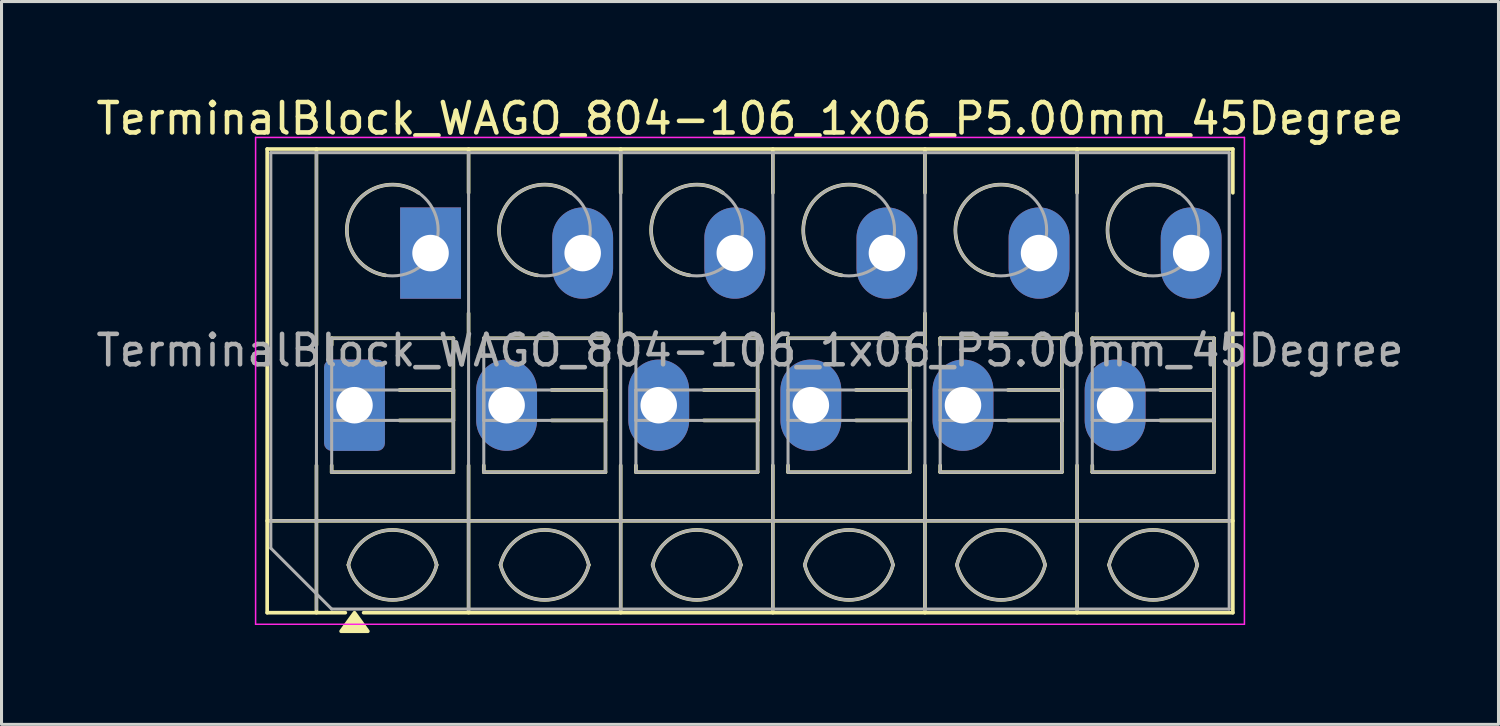
<source format=kicad_pcb>
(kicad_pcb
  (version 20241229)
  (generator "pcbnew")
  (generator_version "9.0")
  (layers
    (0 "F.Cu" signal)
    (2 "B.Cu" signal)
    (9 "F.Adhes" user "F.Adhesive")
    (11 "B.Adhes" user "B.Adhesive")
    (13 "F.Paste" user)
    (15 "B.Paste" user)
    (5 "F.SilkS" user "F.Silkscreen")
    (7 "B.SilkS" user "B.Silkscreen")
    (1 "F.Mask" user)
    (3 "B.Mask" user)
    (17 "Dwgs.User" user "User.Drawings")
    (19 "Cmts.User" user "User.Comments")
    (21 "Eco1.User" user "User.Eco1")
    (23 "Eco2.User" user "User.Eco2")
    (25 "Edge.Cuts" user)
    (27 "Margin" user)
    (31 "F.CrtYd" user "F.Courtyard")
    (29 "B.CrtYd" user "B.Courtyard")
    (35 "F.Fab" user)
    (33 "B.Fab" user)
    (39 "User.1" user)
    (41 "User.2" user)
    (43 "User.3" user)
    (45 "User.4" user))
  (footprint "TerminalBlock_WAGO_804-106_1x06_P5.00mm_45Degree"
    (layer "F.Cu")
    (at 8.601 10.268)
    (property "Reference" "TerminalBlock_WAGO_804-106_1x06_P5.00mm_45Degree" (at 13 -9.42 0) (layer "F.SilkS") (effects (font (size 1 1) (thickness 0.15))))
    (attr through_hole)
    (fp_line (start -2.87 -8.42) (end 28.87 -8.42) (stroke (width 0.12) (type solid)) (layer "F.SilkS"))
    (fp_line (start -2.87 3.8) (end 28.87 3.8) (stroke (width 0.12) (type solid)) (layer "F.SilkS"))
    (fp_line (start -2.87 6.82) (end -2.87 -8.42) (stroke (width 0.12) (type solid)) (layer "F.SilkS"))
    (fp_line (start -1.25 -8.42) (end -1.25 -1.98) (stroke (width 0.12) (type solid)) (layer "F.SilkS"))
    (fp_line (start -1.25 1.98) (end -1.25 6.82) (stroke (width 0.12) (type solid)) (layer "F.SilkS"))
    (fp_line (start -0.75 -2.2) (end 3.25 -2.2) (stroke (width 0.12) (type solid)) (layer "F.SilkS"))
    (fp_line (start -0.75 -1.98) (end -0.75 -2.2) (stroke (width 0.12) (type solid)) (layer "F.SilkS"))
    (fp_line (start -0.75 2.2) (end -0.75 1.98) (stroke (width 0.12) (type solid)) (layer "F.SilkS"))
    (fp_line (start -0.3 6.82) (end -2.87 6.82) (stroke (width 0.12) (type solid)) (layer "F.SilkS"))
    (fp_line (start 1.48 -0.5) (end 3.25 -0.5) (stroke (width 0.12) (type solid)) (layer "F.SilkS"))
    (fp_line (start 3.25 -2.2) (end 3.25 2.2) (stroke (width 0.12) (type solid)) (layer "F.SilkS"))
    (fp_line (start 3.25 -0.5) (end 3.25 0.5) (stroke (width 0.12) (type solid)) (layer "F.SilkS"))
    (fp_line (start 3.25 0.5) (end 1.48 0.5) (stroke (width 0.12) (type solid)) (layer "F.SilkS"))
    (fp_line (start 3.25 2.2) (end -0.75 2.2) (stroke (width 0.12) (type solid)) (layer "F.SilkS"))
    (fp_line (start 3.75 -8.42) (end 3.75 -6.98) (stroke (width 0.12) (type solid)) (layer "F.SilkS"))
    (fp_line (start 3.75 -3.02) (end 3.75 -1.98) (stroke (width 0.12) (type solid)) (layer "F.SilkS"))
    (fp_line (start 3.75 1.98) (end 3.75 6.82) (stroke (width 0.12) (type solid)) (layer "F.SilkS"))
    (fp_line (start 4.25 -2.2) (end 8.25 -2.2) (stroke (width 0.12) (type solid)) (layer "F.SilkS"))
    (fp_line (start 4.25 -1.98) (end 4.25 -2.2) (stroke (width 0.12) (type solid)) (layer "F.SilkS"))
    (fp_line (start 4.25 2.2) (end 4.25 1.98) (stroke (width 0.12) (type solid)) (layer "F.SilkS"))
    (fp_line (start 6.48 -0.5) (end 8.25 -0.5) (stroke (width 0.12) (type solid)) (layer "F.SilkS"))
    (fp_line (start 8.25 -2.2) (end 8.25 2.2) (stroke (width 0.12) (type solid)) (layer "F.SilkS"))
    (fp_line (start 8.25 -0.5) (end 8.25 0.5) (stroke (width 0.12) (type solid)) (layer "F.SilkS"))
    (fp_line (start 8.25 0.5) (end 6.48 0.5) (stroke (width 0.12) (type solid)) (layer "F.SilkS"))
    (fp_line (start 8.25 2.2) (end 4.25 2.2) (stroke (width 0.12) (type solid)) (layer "F.SilkS"))
    (fp_line (start 8.75 -8.42) (end 8.75 -6.98) (stroke (width 0.12) (type solid)) (layer "F.SilkS"))
    (fp_line (start 8.75 -3.02) (end 8.75 -1.98) (stroke (width 0.12) (type solid)) (layer "F.SilkS"))
    (fp_line (start 8.75 1.98) (end 8.75 6.82) (stroke (width 0.12) (type solid)) (layer "F.SilkS"))
    (fp_line (start 9.25 -2.2) (end 13.25 -2.2) (stroke (width 0.12) (type solid)) (layer "F.SilkS"))
    (fp_line (start 9.25 -1.98) (end 9.25 -2.2) (stroke (width 0.12) (type solid)) (layer "F.SilkS"))
    (fp_line (start 9.25 2.2) (end 9.25 1.98) (stroke (width 0.12) (type solid)) (layer "F.SilkS"))
    (fp_line (start 11.48 -0.5) (end 13.25 -0.5) (stroke (width 0.12) (type solid)) (layer "F.SilkS"))
    (fp_line (start 13.25 -2.2) (end 13.25 2.2) (stroke (width 0.12) (type solid)) (layer "F.SilkS"))
    (fp_line (start 13.25 -0.5) (end 13.25 0.5) (stroke (width 0.12) (type solid)) (layer "F.SilkS"))
    (fp_line (start 13.25 0.5) (end 11.48 0.5) (stroke (width 0.12) (type solid)) (layer "F.SilkS"))
    (fp_line (start 13.25 2.2) (end 9.25 2.2) (stroke (width 0.12) (type solid)) (layer "F.SilkS"))
    (fp_line (start 13.75 -8.42) (end 13.75 -6.98) (stroke (width 0.12) (type solid)) (layer "F.SilkS"))
    (fp_line (start 13.75 -3.02) (end 13.75 -1.98) (stroke (width 0.12) (type solid)) (layer "F.SilkS"))
    (fp_line (start 13.75 1.98) (end 13.75 6.82) (stroke (width 0.12) (type solid)) (layer "F.SilkS"))
    (fp_line (start 14.25 -2.2) (end 18.25 -2.2) (stroke (width 0.12) (type solid)) (layer "F.SilkS"))
    (fp_line (start 14.25 -1.98) (end 14.25 -2.2) (stroke (width 0.12) (type solid)) (layer "F.SilkS"))
    (fp_line (start 14.25 2.2) (end 14.25 1.98) (stroke (width 0.12) (type solid)) (layer "F.SilkS"))
    (fp_line (start 16.48 -0.5) (end 18.25 -0.5) (stroke (width 0.12) (type solid)) (layer "F.SilkS"))
    (fp_line (start 18.25 -2.2) (end 18.25 2.2) (stroke (width 0.12) (type solid)) (layer "F.SilkS"))
    (fp_line (start 18.25 -0.5) (end 18.25 0.5) (stroke (width 0.12) (type solid)) (layer "F.SilkS"))
    (fp_line (start 18.25 0.5) (end 16.48 0.5) (stroke (width 0.12) (type solid)) (layer "F.SilkS"))
    (fp_line (start 18.25 2.2) (end 14.25 2.2) (stroke (width 0.12) (type solid)) (layer "F.SilkS"))
    (fp_line (start 18.75 -8.42) (end 18.75 -6.98) (stroke (width 0.12) (type solid)) (layer "F.SilkS"))
    (fp_line (start 18.75 -3.02) (end 18.75 -1.98) (stroke (width 0.12) (type solid)) (layer "F.SilkS"))
    (fp_line (start 18.75 1.98) (end 18.75 6.82) (stroke (width 0.12) (type solid)) (layer "F.SilkS"))
    (fp_line (start 19.25 -2.2) (end 23.25 -2.2) (stroke (width 0.12) (type solid)) (layer "F.SilkS"))
    (fp_line (start 19.25 -1.98) (end 19.25 -2.2) (stroke (width 0.12) (type solid)) (layer "F.SilkS"))
    (fp_line (start 19.25 2.2) (end 19.25 1.98) (stroke (width 0.12) (type solid)) (layer "F.SilkS"))
    (fp_line (start 21.48 -0.5) (end 23.25 -0.5) (stroke (width 0.12) (type solid)) (layer "F.SilkS"))
    (fp_line (start 23.25 -2.2) (end 23.25 2.2) (stroke (width 0.12) (type solid)) (layer "F.SilkS"))
    (fp_line (start 23.25 -0.5) (end 23.25 0.5) (stroke (width 0.12) (type solid)) (layer "F.SilkS"))
    (fp_line (start 23.25 0.5) (end 21.48 0.5) (stroke (width 0.12) (type solid)) (layer "F.SilkS"))
    (fp_line (start 23.25 2.2) (end 19.25 2.2) (stroke (width 0.12) (type solid)) (layer "F.SilkS"))
    (fp_line (start 23.75 -8.42) (end 23.75 -6.98) (stroke (width 0.12) (type solid)) (layer "F.SilkS"))
    (fp_line (start 23.75 -3.02) (end 23.75 -1.98) (stroke (width 0.12) (type solid)) (layer "F.SilkS"))
    (fp_line (start 23.75 1.98) (end 23.75 6.82) (stroke (width 0.12) (type solid)) (layer "F.SilkS"))
    (fp_line (start 24.25 -2.2) (end 28.25 -2.2) (stroke (width 0.12) (type solid)) (layer "F.SilkS"))
    (fp_line (start 24.25 -1.98) (end 24.25 -2.2) (stroke (width 0.12) (type solid)) (layer "F.SilkS"))
    (fp_line (start 24.25 2.2) (end 24.25 1.98) (stroke (width 0.12) (type solid)) (layer "F.SilkS"))
    (fp_line (start 26.48 -0.5) (end 28.25 -0.5) (stroke (width 0.12) (type solid)) (layer "F.SilkS"))
    (fp_line (start 28.25 -2.2) (end 28.25 2.2) (stroke (width 0.12) (type solid)) (layer "F.SilkS"))
    (fp_line (start 28.25 -0.5) (end 28.25 0.5) (stroke (width 0.12) (type solid)) (layer "F.SilkS"))
    (fp_line (start 28.25 0.5) (end 26.48 0.5) (stroke (width 0.12) (type solid)) (layer "F.SilkS"))
    (fp_line (start 28.25 2.2) (end 24.25 2.2) (stroke (width 0.12) (type solid)) (layer "F.SilkS"))
    (fp_line (start 28.87 -8.42) (end 28.87 -6.98) (stroke (width 0.12) (type solid)) (layer "F.SilkS"))
    (fp_line (start 28.87 -3.02) (end 28.87 6.82) (stroke (width 0.12) (type solid)) (layer "F.SilkS"))
    (fp_line (start 28.87 6.82) (end 0.3 6.82) (stroke (width 0.12) (type solid)) (layer "F.SilkS"))
    (fp_arc (start -0.2 5.25) (mid 1.25 4.1) (end 2.7 5.25) (stroke (width 0.12) (type solid)) (layer "F.SilkS"))
    (fp_arc (start 1.02 -4.268) (mid -0.141916 -6.309209) (end 2.109 -6.98) (stroke (width 0.12) (type solid)) (layer "F.SilkS"))
    (fp_arc (start 2.7 5.25) (mid 1.25 6.4) (end -0.2 5.25) (stroke (width 0.12) (type solid)) (layer "F.SilkS"))
    (fp_arc (start 4.8 5.25) (mid 6.25 4.1) (end 7.7 5.25) (stroke (width 0.12) (type solid)) (layer "F.SilkS"))
    (fp_arc (start 6.02 -4.268) (mid 4.858084 -6.309209) (end 7.109 -6.98) (stroke (width 0.12) (type solid)) (layer "F.SilkS"))
    (fp_arc (start 7.7 5.25) (mid 6.25 6.4) (end 4.8 5.25) (stroke (width 0.12) (type solid)) (layer "F.SilkS"))
    (fp_arc (start 9.8 5.25) (mid 11.25 4.1) (end 12.7 5.25) (stroke (width 0.12) (type solid)) (layer "F.SilkS"))
    (fp_arc (start 11.02 -4.268) (mid 9.858084 -6.309209) (end 12.109 -6.98) (stroke (width 0.12) (type solid)) (layer "F.SilkS"))
    (fp_arc (start 12.7 5.25) (mid 11.25 6.4) (end 9.8 5.25) (stroke (width 0.12) (type solid)) (layer "F.SilkS"))
    (fp_arc (start 14.8 5.25) (mid 16.25 4.1) (end 17.7 5.25) (stroke (width 0.12) (type solid)) (layer "F.SilkS"))
    (fp_arc (start 16.02 -4.268) (mid 14.858084 -6.309209) (end 17.109 -6.98) (stroke (width 0.12) (type solid)) (layer "F.SilkS"))
    (fp_arc (start 17.7 5.25) (mid 16.25 6.4) (end 14.8 5.25) (stroke (width 0.12) (type solid)) (layer "F.SilkS"))
    (fp_arc (start 19.8 5.25) (mid 21.25 4.1) (end 22.7 5.25) (stroke (width 0.12) (type solid)) (layer "F.SilkS"))
    (fp_arc (start 21.02 -4.268) (mid 19.858084 -6.309209) (end 22.109 -6.98) (stroke (width 0.12) (type solid)) (layer "F.SilkS"))
    (fp_arc (start 22.7 5.25) (mid 21.25 6.4) (end 19.8 5.25) (stroke (width 0.12) (type solid)) (layer "F.SilkS"))
    (fp_arc (start 24.8 5.25) (mid 26.25 4.1) (end 27.7 5.25) (stroke (width 0.12) (type solid)) (layer "F.SilkS"))
    (fp_arc (start 26.02 -4.268) (mid 24.858084 -6.309209) (end 27.109 -6.98) (stroke (width 0.12) (type solid)) (layer "F.SilkS"))
    (fp_arc (start 27.7 5.25) (mid 26.25 6.4) (end 24.8 5.25) (stroke (width 0.12) (type solid)) (layer "F.SilkS"))
    (fp_poly (pts (xy 0 6.82) (xy 0.44 7.43) (xy -0.44 7.43)) (stroke (width 0.12) (type solid)) (fill yes) (layer "F.SilkS"))
    (fp_line (start -3.25 -8.8) (end -3.25 7.2) (stroke (width 0.05) (type solid)) (layer "F.CrtYd"))
    (fp_line (start -3.25 7.2) (end 29.25 7.2) (stroke (width 0.05) (type solid)) (layer "F.CrtYd"))
    (fp_line (start 29.25 -8.8) (end -3.25 -8.8) (stroke (width 0.05) (type solid)) (layer "F.CrtYd"))
    (fp_line (start 29.25 7.2) (end 29.25 -8.8) (stroke (width 0.05) (type solid)) (layer "F.CrtYd"))
    (fp_line (start -2.75 -8.3) (end 28.75 -8.3) (stroke (width 0.1) (type solid)) (layer "F.Fab"))
    (fp_line (start -2.75 3.8) (end 28.75 3.8) (stroke (width 0.1) (type solid)) (layer "F.Fab"))
    (fp_line (start -2.75 4.7) (end -2.75 -8.3) (stroke (width 0.1) (type solid)) (layer "F.Fab"))
    (fp_line (start -1.25 -8.3) (end -1.25 6.7) (stroke (width 0.1) (type solid)) (layer "F.Fab"))
    (fp_line (start -0.75 -2.2) (end -0.75 2.2) (stroke (width 0.1) (type solid)) (layer "F.Fab"))
    (fp_line (start -0.75 -0.5) (end -0.75 0.5) (stroke (width 0.1) (type solid)) (layer "F.Fab"))
    (fp_line (start -0.75 0.5) (end 3.25 0.5) (stroke (width 0.1) (type solid)) (layer "F.Fab"))
    (fp_line (start -0.75 2.2) (end 3.25 2.2) (stroke (width 0.1) (type solid)) (layer "F.Fab"))
    (fp_line (start -0.75 6.7) (end -2.75 4.7) (stroke (width 0.1) (type solid)) (layer "F.Fab"))
    (fp_line (start 3.25 -2.2) (end -0.75 -2.2) (stroke (width 0.1) (type solid)) (layer "F.Fab"))
    (fp_line (start 3.25 -0.5) (end -0.75 -0.5) (stroke (width 0.1) (type solid)) (layer "F.Fab"))
    (fp_line (start 3.25 0.5) (end 3.25 -0.5) (stroke (width 0.1) (type solid)) (layer "F.Fab"))
    (fp_line (start 3.25 2.2) (end 3.25 -2.2) (stroke (width 0.1) (type solid)) (layer "F.Fab"))
    (fp_line (start 3.75 -8.3) (end 3.75 6.7) (stroke (width 0.1) (type solid)) (layer "F.Fab"))
    (fp_line (start 4.25 -2.2) (end 4.25 2.2) (stroke (width 0.1) (type solid)) (layer "F.Fab"))
    (fp_line (start 4.25 -0.5) (end 4.25 0.5) (stroke (width 0.1) (type solid)) (layer "F.Fab"))
    (fp_line (start 4.25 0.5) (end 8.25 0.5) (stroke (width 0.1) (type solid)) (layer "F.Fab"))
    (fp_line (start 4.25 2.2) (end 8.25 2.2) (stroke (width 0.1) (type solid)) (layer "F.Fab"))
    (fp_line (start 8.25 -2.2) (end 4.25 -2.2) (stroke (width 0.1) (type solid)) (layer "F.Fab"))
    (fp_line (start 8.25 -0.5) (end 4.25 -0.5) (stroke (width 0.1) (type solid)) (layer "F.Fab"))
    (fp_line (start 8.25 0.5) (end 8.25 -0.5) (stroke (width 0.1) (type solid)) (layer "F.Fab"))
    (fp_line (start 8.25 2.2) (end 8.25 -2.2) (stroke (width 0.1) (type solid)) (layer "F.Fab"))
    (fp_line (start 8.75 -8.3) (end 8.75 6.7) (stroke (width 0.1) (type solid)) (layer "F.Fab"))
    (fp_line (start 9.25 -2.2) (end 9.25 2.2) (stroke (width 0.1) (type solid)) (layer "F.Fab"))
    (fp_line (start 9.25 -0.5) (end 9.25 0.5) (stroke (width 0.1) (type solid)) (layer "F.Fab"))
    (fp_line (start 9.25 0.5) (end 13.25 0.5) (stroke (width 0.1) (type solid)) (layer "F.Fab"))
    (fp_line (start 9.25 2.2) (end 13.25 2.2) (stroke (width 0.1) (type solid)) (layer "F.Fab"))
    (fp_line (start 13.25 -2.2) (end 9.25 -2.2) (stroke (width 0.1) (type solid)) (layer "F.Fab"))
    (fp_line (start 13.25 -0.5) (end 9.25 -0.5) (stroke (width 0.1) (type solid)) (layer "F.Fab"))
    (fp_line (start 13.25 0.5) (end 13.25 -0.5) (stroke (width 0.1) (type solid)) (layer "F.Fab"))
    (fp_line (start 13.25 2.2) (end 13.25 -2.2) (stroke (width 0.1) (type solid)) (layer "F.Fab"))
    (fp_line (start 13.75 -8.3) (end 13.75 6.7) (stroke (width 0.1) (type solid)) (layer "F.Fab"))
    (fp_line (start 14.25 -2.2) (end 14.25 2.2) (stroke (width 0.1) (type solid)) (layer "F.Fab"))
    (fp_line (start 14.25 -0.5) (end 14.25 0.5) (stroke (width 0.1) (type solid)) (layer "F.Fab"))
    (fp_line (start 14.25 0.5) (end 18.25 0.5) (stroke (width 0.1) (type solid)) (layer "F.Fab"))
    (fp_line (start 14.25 2.2) (end 18.25 2.2) (stroke (width 0.1) (type solid)) (layer "F.Fab"))
    (fp_line (start 18.25 -2.2) (end 14.25 -2.2) (stroke (width 0.1) (type solid)) (layer "F.Fab"))
    (fp_line (start 18.25 -0.5) (end 14.25 -0.5) (stroke (width 0.1) (type solid)) (layer "F.Fab"))
    (fp_line (start 18.25 0.5) (end 18.25 -0.5) (stroke (width 0.1) (type solid)) (layer "F.Fab"))
    (fp_line (start 18.25 2.2) (end 18.25 -2.2) (stroke (width 0.1) (type solid)) (layer "F.Fab"))
    (fp_line (start 18.75 -8.3) (end 18.75 6.7) (stroke (width 0.1) (type solid)) (layer "F.Fab"))
    (fp_line (start 19.25 -2.2) (end 19.25 2.2) (stroke (width 0.1) (type solid)) (layer "F.Fab"))
    (fp_line (start 19.25 -0.5) (end 19.25 0.5) (stroke (width 0.1) (type solid)) (layer "F.Fab"))
    (fp_line (start 19.25 0.5) (end 23.25 0.5) (stroke (width 0.1) (type solid)) (layer "F.Fab"))
    (fp_line (start 19.25 2.2) (end 23.25 2.2) (stroke (width 0.1) (type solid)) (layer "F.Fab"))
    (fp_line (start 23.25 -2.2) (end 19.25 -2.2) (stroke (width 0.1) (type solid)) (layer "F.Fab"))
    (fp_line (start 23.25 -0.5) (end 19.25 -0.5) (stroke (width 0.1) (type solid)) (layer "F.Fab"))
    (fp_line (start 23.25 0.5) (end 23.25 -0.5) (stroke (width 0.1) (type solid)) (layer "F.Fab"))
    (fp_line (start 23.25 2.2) (end 23.25 -2.2) (stroke (width 0.1) (type solid)) (layer "F.Fab"))
    (fp_line (start 23.75 -8.3) (end 23.75 6.7) (stroke (width 0.1) (type solid)) (layer "F.Fab"))
    (fp_line (start 24.25 -2.2) (end 24.25 2.2) (stroke (width 0.1) (type solid)) (layer "F.Fab"))
    (fp_line (start 24.25 -0.5) (end 24.25 0.5) (stroke (width 0.1) (type solid)) (layer "F.Fab"))
    (fp_line (start 24.25 0.5) (end 28.25 0.5) (stroke (width 0.1) (type solid)) (layer "F.Fab"))
    (fp_line (start 24.25 2.2) (end 28.25 2.2) (stroke (width 0.1) (type solid)) (layer "F.Fab"))
    (fp_line (start 28.25 -2.2) (end 24.25 -2.2) (stroke (width 0.1) (type solid)) (layer "F.Fab"))
    (fp_line (start 28.25 -0.5) (end 24.25 -0.5) (stroke (width 0.1) (type solid)) (layer "F.Fab"))
    (fp_line (start 28.25 0.5) (end 28.25 -0.5) (stroke (width 0.1) (type solid)) (layer "F.Fab"))
    (fp_line (start 28.25 2.2) (end 28.25 -2.2) (stroke (width 0.1) (type solid)) (layer "F.Fab"))
    (fp_line (start 28.75 -8.3) (end 28.75 6.7) (stroke (width 0.1) (type solid)) (layer "F.Fab"))
    (fp_line (start 28.75 6.7) (end -0.75 6.7) (stroke (width 0.1) (type solid)) (layer "F.Fab"))
    (fp_arc (start -0.2 5.25) (mid 1.25 4.1) (end 2.7 5.25) (stroke (width 0.1) (type solid)) (layer "F.Fab"))
    (fp_arc (start 2.7 5.25) (mid 1.25 6.4) (end -0.2 5.25) (stroke (width 0.1) (type solid)) (layer "F.Fab"))
    (fp_arc (start 4.8 5.25) (mid 6.25 4.1) (end 7.7 5.25) (stroke (width 0.1) (type solid)) (layer "F.Fab"))
    (fp_arc (start 7.7 5.25) (mid 6.25 6.4) (end 4.8 5.25) (stroke (width 0.1) (type solid)) (layer "F.Fab"))
    (fp_arc (start 9.8 5.25) (mid 11.25 4.1) (end 12.7 5.25) (stroke (width 0.1) (type solid)) (layer "F.Fab"))
    (fp_arc (start 12.7 5.25) (mid 11.25 6.4) (end 9.8 5.25) (stroke (width 0.1) (type solid)) (layer "F.Fab"))
    (fp_arc (start 14.8 5.25) (mid 16.25 4.1) (end 17.7 5.25) (stroke (width 0.1) (type solid)) (layer "F.Fab"))
    (fp_arc (start 17.7 5.25) (mid 16.25 6.4) (end 14.8 5.25) (stroke (width 0.1) (type solid)) (layer "F.Fab"))
    (fp_arc (start 19.8 5.25) (mid 21.25 4.1) (end 22.7 5.25) (stroke (width 0.1) (type solid)) (layer "F.Fab"))
    (fp_arc (start 22.7 5.25) (mid 21.25 6.4) (end 19.8 5.25) (stroke (width 0.1) (type solid)) (layer "F.Fab"))
    (fp_arc (start 24.8 5.25) (mid 26.25 4.1) (end 27.7 5.25) (stroke (width 0.1) (type solid)) (layer "F.Fab"))
    (fp_arc (start 27.7 5.25) (mid 26.25 6.4) (end 24.8 5.25) (stroke (width 0.1) (type solid)) (layer "F.Fab"))
    (fp_circle (center 1.25 -5.75) (end 2.75 -5.75) (stroke (width 0.1) (type solid)) (fill no) (layer "F.Fab"))
    (fp_circle (center 6.25 -5.75) (end 7.75 -5.75) (stroke (width 0.1) (type solid)) (fill no) (layer "F.Fab"))
    (fp_circle (center 11.25 -5.75) (end 12.75 -5.75) (stroke (width 0.1) (type solid)) (fill no) (layer "F.Fab"))
    (fp_circle (center 16.25 -5.75) (end 17.75 -5.75) (stroke (width 0.1) (type solid)) (fill no) (layer "F.Fab"))
    (fp_circle (center 21.25 -5.75) (end 22.75 -5.75) (stroke (width 0.1) (type solid)) (fill no) (layer "F.Fab"))
    (fp_circle (center 26.25 -5.75) (end 27.75 -5.75) (stroke (width 0.1) (type solid)) (fill no) (layer "F.Fab"))
    (fp_text user "${REFERENCE}" (at 13 -1.8 0) (layer "F.Fab") (effects (font (size 1 1) (thickness 0.15))))
    (pad "1" thru_hole roundrect (at 0 0) (size 2 3) (drill 1.2) (layers "*.Cu" "*.Mask") (roundrect_rratio 0.125))
    (pad "1" thru_hole rect (at 2.5 -5) (size 2 3) (drill 1.2) (layers "*.Cu" "*.Mask"))
    (pad "2" thru_hole oval (at 5 0) (size 2 3) (drill 1.2) (layers "*.Cu" "*.Mask"))
    (pad "2" thru_hole oval (at 7.5 -5) (size 2 3) (drill 1.2) (layers "*.Cu" "*.Mask"))
    (pad "3" thru_hole oval (at 10 0) (size 2 3) (drill 1.2) (layers "*.Cu" "*.Mask"))
    (pad "3" thru_hole oval (at 12.5 -5) (size 2 3) (drill 1.2) (layers "*.Cu" "*.Mask"))
    (pad "4" thru_hole oval (at 15 0) (size 2 3) (drill 1.2) (layers "*.Cu" "*.Mask"))
    (pad "4" thru_hole oval (at 17.5 -5) (size 2 3) (drill 1.2) (layers "*.Cu" "*.Mask"))
    (pad "5" thru_hole oval (at 20 0) (size 2 3) (drill 1.2) (layers "*.Cu" "*.Mask"))
    (pad "5" thru_hole oval (at 22.5 -5) (size 2 3) (drill 1.2) (layers "*.Cu" "*.Mask"))
    (pad "6" thru_hole oval (at 25 0) (size 2 3) (drill 1.2) (layers "*.Cu" "*.Mask"))
    (pad "6" thru_hole oval (at 27.5 -5) (size 2 3) (drill 1.2) (layers "*.Cu" "*.Mask")))
  (gr_rect
    (start -3 -3)
    (end 46.202 20.758)
    (stroke (width 0.1) (type default))
    (fill no)
    (layer "Edge.Cuts")))
</source>
